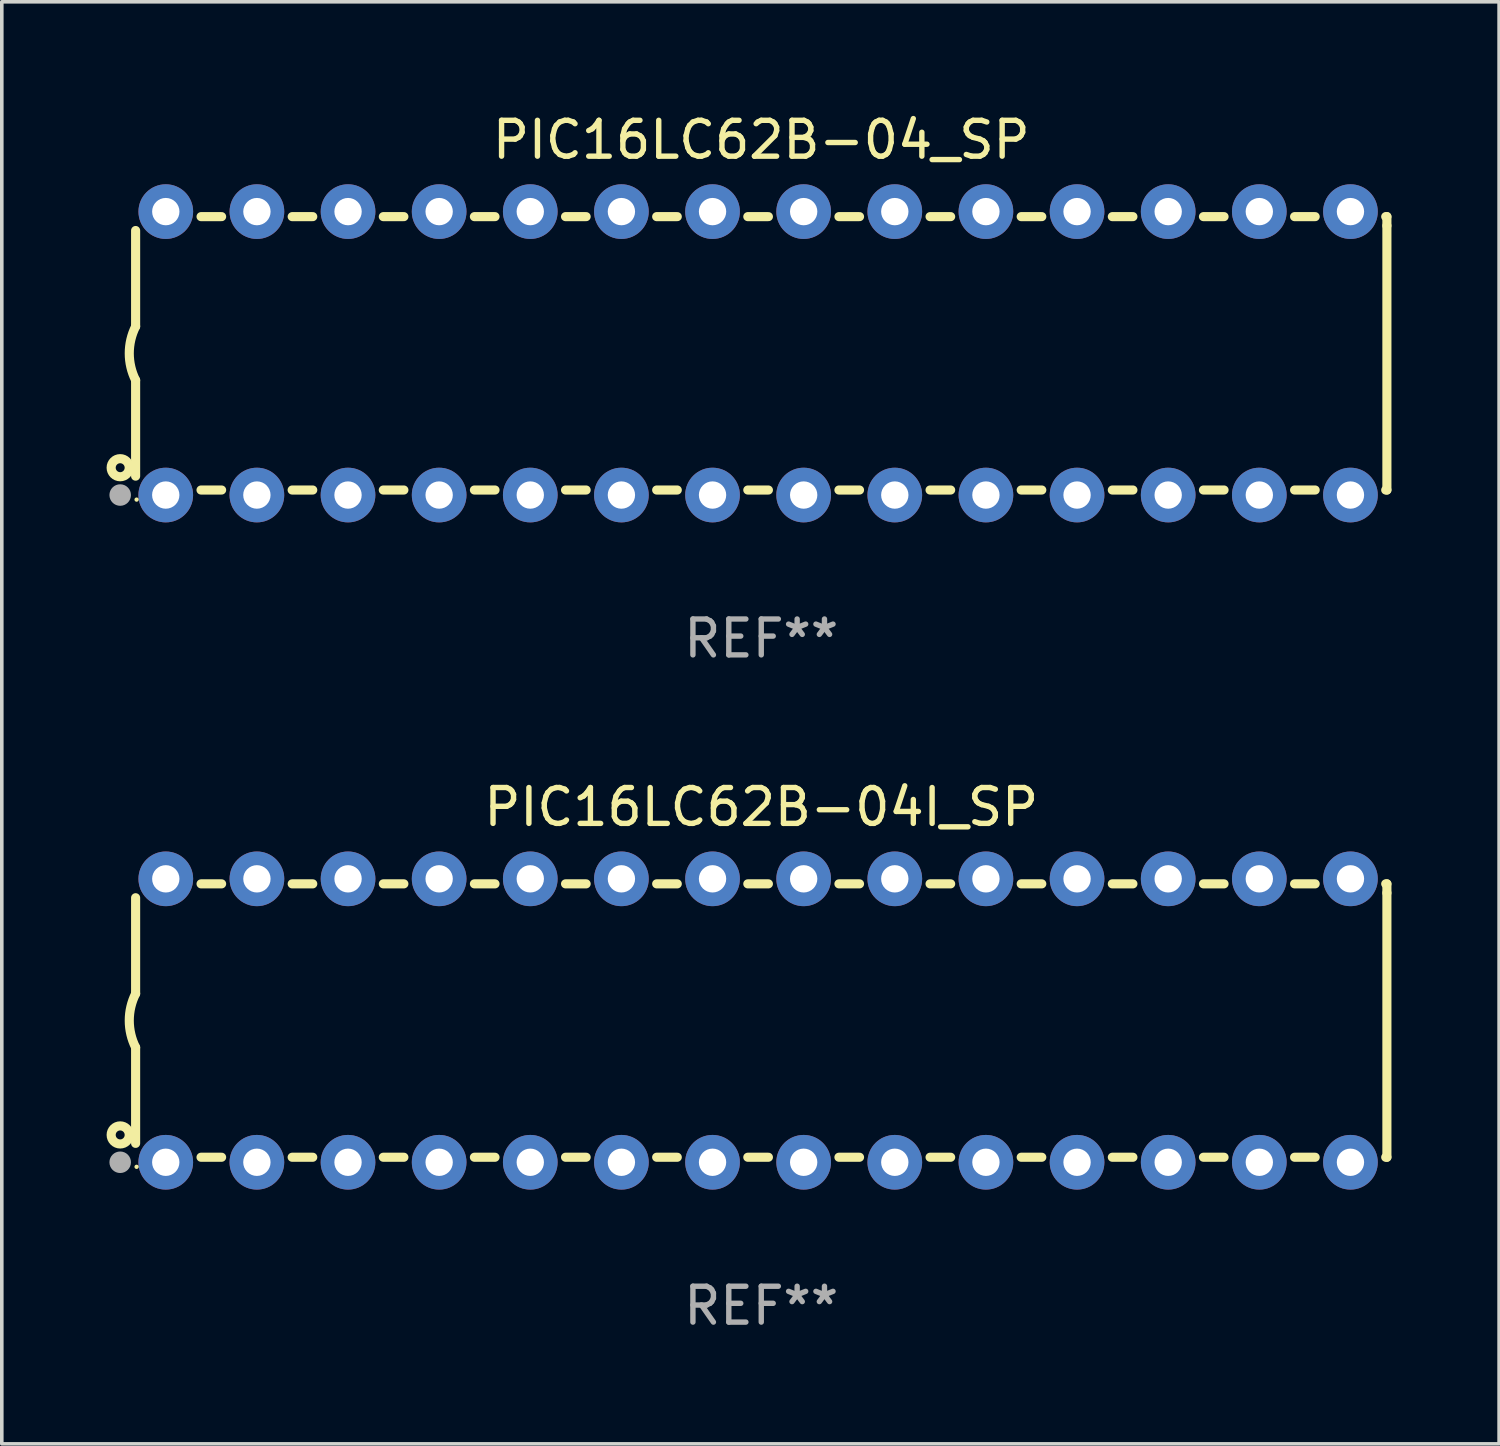
<source format=kicad_pcb>
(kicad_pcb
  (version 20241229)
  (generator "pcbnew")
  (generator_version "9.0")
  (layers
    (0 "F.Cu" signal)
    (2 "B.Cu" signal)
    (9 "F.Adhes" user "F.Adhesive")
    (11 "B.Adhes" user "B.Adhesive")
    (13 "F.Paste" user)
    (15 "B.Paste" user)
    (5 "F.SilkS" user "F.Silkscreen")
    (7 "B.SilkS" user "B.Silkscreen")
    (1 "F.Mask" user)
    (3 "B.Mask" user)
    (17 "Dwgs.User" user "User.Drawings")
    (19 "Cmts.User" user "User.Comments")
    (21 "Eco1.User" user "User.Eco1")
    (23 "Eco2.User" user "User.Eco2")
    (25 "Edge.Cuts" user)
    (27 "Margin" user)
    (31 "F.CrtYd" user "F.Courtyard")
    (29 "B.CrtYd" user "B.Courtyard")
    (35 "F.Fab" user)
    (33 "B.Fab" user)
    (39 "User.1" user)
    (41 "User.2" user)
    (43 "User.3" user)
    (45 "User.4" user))
  (footprint "PIC16LC62B-04I_SP"
    (layer "F.Cu")
    (at 18.168 25.395)
    (property "Reference" "PIC16LC62B-04I_SP" (at 0 -5.95 0) (layer "F.SilkS") (effects (font (size 1 1) (thickness 0.15))))
    (attr through_hole)
    (fp_line (start -17.438 0.75) (end -17.438 3.423) (stroke (width 0.254) (type solid)) (layer "F.SilkS"))
    (fp_line (start -17.438 -3.423) (end -17.438 -0.75) (stroke (width 0.254) (type solid)) (layer "F.SilkS"))
    (fp_line (start -15.615 3.81) (end -15.041 3.81) (stroke (width 0.254) (type solid)) (layer "F.SilkS"))
    (fp_line (start -15.041 -3.81) (end -15.614 -3.81) (stroke (width 0.254) (type solid)) (layer "F.SilkS"))
    (fp_line (start -13.075 3.81) (end -12.501 3.81) (stroke (width 0.254) (type solid)) (layer "F.SilkS"))
    (fp_line (start -12.501 -3.81) (end -13.074 -3.81) (stroke (width 0.254) (type solid)) (layer "F.SilkS"))
    (fp_line (start -10.535 3.81) (end -9.961 3.81) (stroke (width 0.254) (type solid)) (layer "F.SilkS"))
    (fp_line (start -9.961 -3.81) (end -10.534 -3.81) (stroke (width 0.254) (type solid)) (layer "F.SilkS"))
    (fp_line (start -7.995 3.81) (end -7.421 3.81) (stroke (width 0.254) (type solid)) (layer "F.SilkS"))
    (fp_line (start -7.421 -3.81) (end -7.995 -3.81) (stroke (width 0.254) (type solid)) (layer "F.SilkS"))
    (fp_line (start -5.455 3.81) (end -4.881 3.81) (stroke (width 0.254) (type solid)) (layer "F.SilkS"))
    (fp_line (start -4.881 -3.81) (end -5.455 -3.81) (stroke (width 0.254) (type solid)) (layer "F.SilkS"))
    (fp_line (start -2.915 3.81) (end -2.341 3.81) (stroke (width 0.254) (type solid)) (layer "F.SilkS"))
    (fp_line (start -2.341 -3.81) (end -2.915 -3.81) (stroke (width 0.254) (type solid)) (layer "F.SilkS"))
    (fp_line (start -0.375 3.81) (end 0.199 3.81) (stroke (width 0.254) (type solid)) (layer "F.SilkS"))
    (fp_line (start 0.199 -3.81) (end -0.375 -3.81) (stroke (width 0.254) (type solid)) (layer "F.SilkS"))
    (fp_line (start 2.165 3.81) (end 2.739 3.81) (stroke (width 0.254) (type solid)) (layer "F.SilkS"))
    (fp_line (start 2.739 -3.81) (end 2.165 -3.81) (stroke (width 0.254) (type solid)) (layer "F.SilkS"))
    (fp_line (start 4.705 3.81) (end 5.279 3.81) (stroke (width 0.254) (type solid)) (layer "F.SilkS"))
    (fp_line (start 5.279 -3.81) (end 4.705 -3.81) (stroke (width 0.254) (type solid)) (layer "F.SilkS"))
    (fp_line (start 7.245 3.81) (end 7.819 3.81) (stroke (width 0.254) (type solid)) (layer "F.SilkS"))
    (fp_line (start 7.819 -3.81) (end 7.245 -3.81) (stroke (width 0.254) (type solid)) (layer "F.SilkS"))
    (fp_line (start 9.785 3.81) (end 10.359 3.81) (stroke (width 0.254) (type solid)) (layer "F.SilkS"))
    (fp_line (start 10.359 -3.81) (end 9.785 -3.81) (stroke (width 0.254) (type solid)) (layer "F.SilkS"))
    (fp_line (start 12.325 3.81) (end 12.899 3.81) (stroke (width 0.254) (type solid)) (layer "F.SilkS"))
    (fp_line (start 12.899 -3.81) (end 12.325 -3.81) (stroke (width 0.254) (type solid)) (layer "F.SilkS"))
    (fp_line (start 14.865 3.81) (end 15.439 3.81) (stroke (width 0.254) (type solid)) (layer "F.SilkS"))
    (fp_line (start 15.439 -3.81) (end 14.865 -3.81) (stroke (width 0.254) (type solid)) (layer "F.SilkS"))
    (fp_line (start 17.405 3.81) (end 17.438 3.81) (stroke (width 0.254) (type solid)) (layer "F.SilkS"))
    (fp_line (start 17.438 -3.81) (end 17.405 -3.81) (stroke (width 0.254) (type solid)) (layer "F.SilkS"))
    (fp_line (start 17.438 -3.556) (end 17.438 -3.81) (stroke (width 0.254) (type solid)) (layer "F.SilkS"))
    (fp_line (start 17.438 3.81) (end 17.438 -3.556) (stroke (width 0.254) (type solid)) (layer "F.SilkS"))
    (fp_arc (start -17.437986 0.749657) (mid -17.614887 -0.000024) (end -17.437783 -0.749657) (stroke (width 0.254001) (type solid)) (layer "F.SilkS"))
    (fp_circle (center -17.868 3.188) (end -17.743 3.188) (stroke (width 0.254) (type solid)) (fill no) (layer "F.SilkS"))
    (fp_circle (center -17.411 4.077) (end -17.381 4.077) (stroke (width 0.06) (type solid)) (fill no) (layer "F.SilkS"))
    (fp_circle (center -17.868 3.95) (end -17.718 3.95) (stroke (width 0.3) (type solid)) (fill no) (layer "F.Fab"))
    (fp_text user "REF**" (at 0 7.95 0) (layer "F.Fab") (effects (font (size 1 1) (thickness 0.15))))
    (pad "1" thru_hole circle (at -16.598 3.95) (size 1.524 1.524) (drill 0.762) (layers "*.Cu" "*.Mask"))
    (pad "2" thru_hole circle (at -14.058 3.95) (size 1.524 1.524) (drill 0.762) (layers "*.Cu" "*.Mask"))
    (pad "3" thru_hole circle (at -11.518 3.95) (size 1.524 1.524) (drill 0.762) (layers "*.Cu" "*.Mask"))
    (pad "4" thru_hole circle (at -8.978 3.95) (size 1.524 1.524) (drill 0.762) (layers "*.Cu" "*.Mask"))
    (pad "5" thru_hole circle (at -6.438 3.95) (size 1.524 1.524) (drill 0.762) (layers "*.Cu" "*.Mask"))
    (pad "6" thru_hole circle (at -3.898 3.95) (size 1.524 1.524) (drill 0.762) (layers "*.Cu" "*.Mask"))
    (pad "7" thru_hole circle (at -1.358 3.95) (size 1.524 1.524) (drill 0.762) (layers "*.Cu" "*.Mask"))
    (pad "8" thru_hole circle (at 1.182 3.95) (size 1.524 1.524) (drill 0.762) (layers "*.Cu" "*.Mask"))
    (pad "9" thru_hole circle (at 3.722 3.95) (size 1.524 1.524) (drill 0.762) (layers "*.Cu" "*.Mask"))
    (pad "10" thru_hole circle (at 6.262 3.95) (size 1.524 1.524) (drill 0.762) (layers "*.Cu" "*.Mask"))
    (pad "11" thru_hole circle (at 8.802 3.95) (size 1.524 1.524) (drill 0.762) (layers "*.Cu" "*.Mask"))
    (pad "12" thru_hole circle (at 11.342 3.95) (size 1.524 1.524) (drill 0.762) (layers "*.Cu" "*.Mask"))
    (pad "13" thru_hole circle (at 13.882 3.95) (size 1.524 1.524) (drill 0.762) (layers "*.Cu" "*.Mask"))
    (pad "14" thru_hole circle (at 16.422 3.95) (size 1.524 1.524) (drill 0.762) (layers "*.Cu" "*.Mask"))
    (pad "15" thru_hole circle (at 16.422 -3.95) (size 1.524 1.524) (drill 0.762) (layers "*.Cu" "*.Mask"))
    (pad "16" thru_hole circle (at 13.882 -3.95) (size 1.524 1.524) (drill 0.762) (layers "*.Cu" "*.Mask"))
    (pad "17" thru_hole circle (at 11.342 -3.95) (size 1.524 1.524) (drill 0.762) (layers "*.Cu" "*.Mask"))
    (pad "18" thru_hole circle (at 8.802 -3.95) (size 1.524 1.524) (drill 0.762) (layers "*.Cu" "*.Mask"))
    (pad "19" thru_hole circle (at 6.262 -3.95) (size 1.524 1.524) (drill 0.762) (layers "*.Cu" "*.Mask"))
    (pad "20" thru_hole circle (at 3.722 -3.95) (size 1.524 1.524) (drill 0.762) (layers "*.Cu" "*.Mask"))
    (pad "21" thru_hole circle (at 1.182 -3.95) (size 1.524 1.524) (drill 0.762) (layers "*.Cu" "*.Mask"))
    (pad "22" thru_hole circle (at -1.358 -3.95) (size 1.524 1.524) (drill 0.762) (layers "*.Cu" "*.Mask"))
    (pad "23" thru_hole circle (at -3.898 -3.95) (size 1.524 1.524) (drill 0.762) (layers "*.Cu" "*.Mask"))
    (pad "24" thru_hole circle (at -6.438 -3.95) (size 1.524 1.524) (drill 0.762) (layers "*.Cu" "*.Mask"))
    (pad "25" thru_hole circle (at -8.978 -3.95) (size 1.524 1.524) (drill 0.762) (layers "*.Cu" "*.Mask"))
    (pad "26" thru_hole circle (at -11.517 -3.95) (size 1.524 1.524) (drill 0.762) (layers "*.Cu" "*.Mask"))
    (pad "27" thru_hole circle (at -14.057 -3.95) (size 1.524 1.524) (drill 0.762) (layers "*.Cu" "*.Mask"))
    (pad "28" thru_hole circle (at -16.597 -3.95) (size 1.524 1.524) (drill 0.762) (layers "*.Cu" "*.Mask")))
  (footprint "PIC16LC62B-04_SP"
    (layer "F.Cu")
    (at 18.168 6.798)
    (property "Reference" "PIC16LC62B-04_SP" (at 0 -5.95 0) (layer "F.SilkS") (effects (font (size 1 1) (thickness 0.15))))
    (attr through_hole)
    (fp_line (start -17.438 0.75) (end -17.438 3.423) (stroke (width 0.254) (type solid)) (layer "F.SilkS"))
    (fp_line (start -17.438 -3.423) (end -17.438 -0.75) (stroke (width 0.254) (type solid)) (layer "F.SilkS"))
    (fp_line (start -15.615 3.81) (end -15.041 3.81) (stroke (width 0.254) (type solid)) (layer "F.SilkS"))
    (fp_line (start -15.041 -3.81) (end -15.614 -3.81) (stroke (width 0.254) (type solid)) (layer "F.SilkS"))
    (fp_line (start -13.075 3.81) (end -12.501 3.81) (stroke (width 0.254) (type solid)) (layer "F.SilkS"))
    (fp_line (start -12.501 -3.81) (end -13.074 -3.81) (stroke (width 0.254) (type solid)) (layer "F.SilkS"))
    (fp_line (start -10.535 3.81) (end -9.961 3.81) (stroke (width 0.254) (type solid)) (layer "F.SilkS"))
    (fp_line (start -9.961 -3.81) (end -10.534 -3.81) (stroke (width 0.254) (type solid)) (layer "F.SilkS"))
    (fp_line (start -7.995 3.81) (end -7.421 3.81) (stroke (width 0.254) (type solid)) (layer "F.SilkS"))
    (fp_line (start -7.421 -3.81) (end -7.995 -3.81) (stroke (width 0.254) (type solid)) (layer "F.SilkS"))
    (fp_line (start -5.455 3.81) (end -4.881 3.81) (stroke (width 0.254) (type solid)) (layer "F.SilkS"))
    (fp_line (start -4.881 -3.81) (end -5.455 -3.81) (stroke (width 0.254) (type solid)) (layer "F.SilkS"))
    (fp_line (start -2.915 3.81) (end -2.341 3.81) (stroke (width 0.254) (type solid)) (layer "F.SilkS"))
    (fp_line (start -2.341 -3.81) (end -2.915 -3.81) (stroke (width 0.254) (type solid)) (layer "F.SilkS"))
    (fp_line (start -0.375 3.81) (end 0.199 3.81) (stroke (width 0.254) (type solid)) (layer "F.SilkS"))
    (fp_line (start 0.199 -3.81) (end -0.375 -3.81) (stroke (width 0.254) (type solid)) (layer "F.SilkS"))
    (fp_line (start 2.165 3.81) (end 2.739 3.81) (stroke (width 0.254) (type solid)) (layer "F.SilkS"))
    (fp_line (start 2.739 -3.81) (end 2.165 -3.81) (stroke (width 0.254) (type solid)) (layer "F.SilkS"))
    (fp_line (start 4.705 3.81) (end 5.279 3.81) (stroke (width 0.254) (type solid)) (layer "F.SilkS"))
    (fp_line (start 5.279 -3.81) (end 4.705 -3.81) (stroke (width 0.254) (type solid)) (layer "F.SilkS"))
    (fp_line (start 7.245 3.81) (end 7.819 3.81) (stroke (width 0.254) (type solid)) (layer "F.SilkS"))
    (fp_line (start 7.819 -3.81) (end 7.245 -3.81) (stroke (width 0.254) (type solid)) (layer "F.SilkS"))
    (fp_line (start 9.785 3.81) (end 10.359 3.81) (stroke (width 0.254) (type solid)) (layer "F.SilkS"))
    (fp_line (start 10.359 -3.81) (end 9.785 -3.81) (stroke (width 0.254) (type solid)) (layer "F.SilkS"))
    (fp_line (start 12.325 3.81) (end 12.899 3.81) (stroke (width 0.254) (type solid)) (layer "F.SilkS"))
    (fp_line (start 12.899 -3.81) (end 12.325 -3.81) (stroke (width 0.254) (type solid)) (layer "F.SilkS"))
    (fp_line (start 14.865 3.81) (end 15.439 3.81) (stroke (width 0.254) (type solid)) (layer "F.SilkS"))
    (fp_line (start 15.439 -3.81) (end 14.865 -3.81) (stroke (width 0.254) (type solid)) (layer "F.SilkS"))
    (fp_line (start 17.405 3.81) (end 17.438 3.81) (stroke (width 0.254) (type solid)) (layer "F.SilkS"))
    (fp_line (start 17.438 -3.81) (end 17.405 -3.81) (stroke (width 0.254) (type solid)) (layer "F.SilkS"))
    (fp_line (start 17.438 -3.556) (end 17.438 -3.81) (stroke (width 0.254) (type solid)) (layer "F.SilkS"))
    (fp_line (start 17.438 3.81) (end 17.438 -3.556) (stroke (width 0.254) (type solid)) (layer "F.SilkS"))
    (fp_arc (start -17.437986 0.749657) (mid -17.614887 -0.000024) (end -17.437783 -0.749657) (stroke (width 0.254001) (type solid)) (layer "F.SilkS"))
    (fp_circle (center -17.868 3.188) (end -17.743 3.188) (stroke (width 0.254) (type solid)) (fill no) (layer "F.SilkS"))
    (fp_circle (center -17.411 4.077) (end -17.381 4.077) (stroke (width 0.06) (type solid)) (fill no) (layer "F.SilkS"))
    (fp_circle (center -17.868 3.95) (end -17.718 3.95) (stroke (width 0.3) (type solid)) (fill no) (layer "F.Fab"))
    (fp_text user "REF**" (at 0 7.95 0) (layer "F.Fab") (effects (font (size 1 1) (thickness 0.15))))
    (pad "1" thru_hole circle (at -16.598 3.95) (size 1.524 1.524) (drill 0.762) (layers "*.Cu" "*.Mask"))
    (pad "2" thru_hole circle (at -14.058 3.95) (size 1.524 1.524) (drill 0.762) (layers "*.Cu" "*.Mask"))
    (pad "3" thru_hole circle (at -11.518 3.95) (size 1.524 1.524) (drill 0.762) (layers "*.Cu" "*.Mask"))
    (pad "4" thru_hole circle (at -8.978 3.95) (size 1.524 1.524) (drill 0.762) (layers "*.Cu" "*.Mask"))
    (pad "5" thru_hole circle (at -6.438 3.95) (size 1.524 1.524) (drill 0.762) (layers "*.Cu" "*.Mask"))
    (pad "6" thru_hole circle (at -3.898 3.95) (size 1.524 1.524) (drill 0.762) (layers "*.Cu" "*.Mask"))
    (pad "7" thru_hole circle (at -1.358 3.95) (size 1.524 1.524) (drill 0.762) (layers "*.Cu" "*.Mask"))
    (pad "8" thru_hole circle (at 1.182 3.95) (size 1.524 1.524) (drill 0.762) (layers "*.Cu" "*.Mask"))
    (pad "9" thru_hole circle (at 3.722 3.95) (size 1.524 1.524) (drill 0.762) (layers "*.Cu" "*.Mask"))
    (pad "10" thru_hole circle (at 6.262 3.95) (size 1.524 1.524) (drill 0.762) (layers "*.Cu" "*.Mask"))
    (pad "11" thru_hole circle (at 8.802 3.95) (size 1.524 1.524) (drill 0.762) (layers "*.Cu" "*.Mask"))
    (pad "12" thru_hole circle (at 11.342 3.95) (size 1.524 1.524) (drill 0.762) (layers "*.Cu" "*.Mask"))
    (pad "13" thru_hole circle (at 13.882 3.95) (size 1.524 1.524) (drill 0.762) (layers "*.Cu" "*.Mask"))
    (pad "14" thru_hole circle (at 16.422 3.95) (size 1.524 1.524) (drill 0.762) (layers "*.Cu" "*.Mask"))
    (pad "15" thru_hole circle (at 16.422 -3.95) (size 1.524 1.524) (drill 0.762) (layers "*.Cu" "*.Mask"))
    (pad "16" thru_hole circle (at 13.882 -3.95) (size 1.524 1.524) (drill 0.762) (layers "*.Cu" "*.Mask"))
    (pad "17" thru_hole circle (at 11.342 -3.95) (size 1.524 1.524) (drill 0.762) (layers "*.Cu" "*.Mask"))
    (pad "18" thru_hole circle (at 8.802 -3.95) (size 1.524 1.524) (drill 0.762) (layers "*.Cu" "*.Mask"))
    (pad "19" thru_hole circle (at 6.262 -3.95) (size 1.524 1.524) (drill 0.762) (layers "*.Cu" "*.Mask"))
    (pad "20" thru_hole circle (at 3.722 -3.95) (size 1.524 1.524) (drill 0.762) (layers "*.Cu" "*.Mask"))
    (pad "21" thru_hole circle (at 1.182 -3.95) (size 1.524 1.524) (drill 0.762) (layers "*.Cu" "*.Mask"))
    (pad "22" thru_hole circle (at -1.358 -3.95) (size 1.524 1.524) (drill 0.762) (layers "*.Cu" "*.Mask"))
    (pad "23" thru_hole circle (at -3.898 -3.95) (size 1.524 1.524) (drill 0.762) (layers "*.Cu" "*.Mask"))
    (pad "24" thru_hole circle (at -6.438 -3.95) (size 1.524 1.524) (drill 0.762) (layers "*.Cu" "*.Mask"))
    (pad "25" thru_hole circle (at -8.978 -3.95) (size 1.524 1.524) (drill 0.762) (layers "*.Cu" "*.Mask"))
    (pad "26" thru_hole circle (at -11.517 -3.95) (size 1.524 1.524) (drill 0.762) (layers "*.Cu" "*.Mask"))
    (pad "27" thru_hole circle (at -14.057 -3.95) (size 1.524 1.524) (drill 0.762) (layers "*.Cu" "*.Mask"))
    (pad "28" thru_hole circle (at -16.597 -3.95) (size 1.524 1.524) (drill 0.762) (layers "*.Cu" "*.Mask")))
  (gr_rect
    (start -3 -3)
    (end 38.733 37.193)
    (stroke (width 0.1) (type default))
    (fill no)
    (layer "Edge.Cuts")))
</source>
